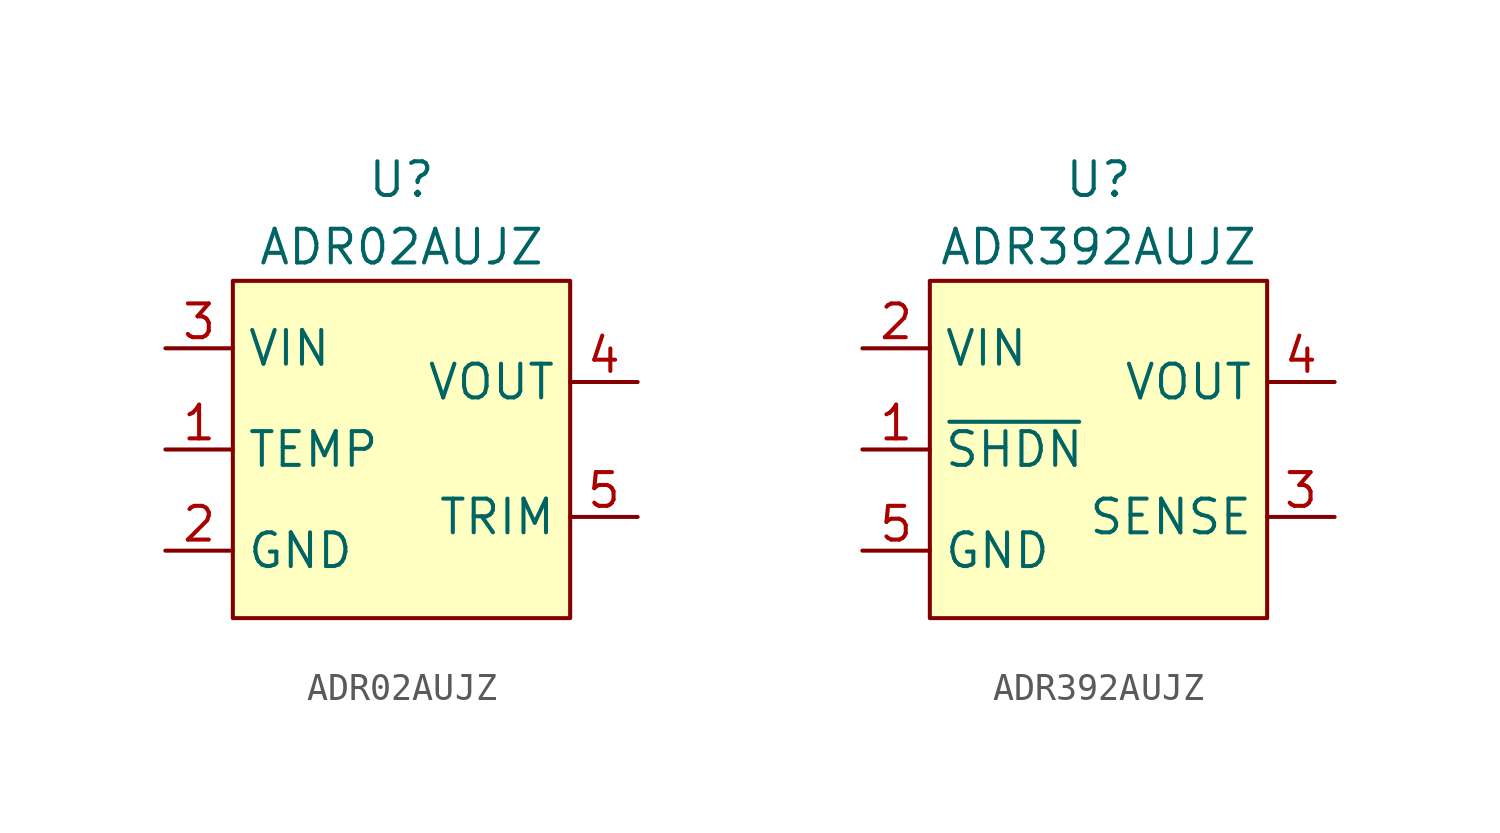
<source format=kicad_sym>
(kicad_symbol_lib
  (version 20220914)
  (generator kicad_symbol_editor)
  (symbol "ADR02AUJZ"
    (property "Reference" "U"
      (at 0 3.81 0)
      (effects (font (size 1.27 1.27))))
    (property "Value" "ADR02AUJZ"
      (at 0 1.27 0)
      (effects (font (size 1.27 1.27))))
    (symbol "ADR02AUJZ_1_1"
      (rectangle (start -6.35 0) (end 6.35 -12.7) (stroke (width 0) (type default)) (fill (type background)))
      (pin input line (at -8.89 -6.35 0) (length 2.54) (name "TEMP" (effects (font (size 1.27 1.27)))) (number "1" (effects (font (size 1.27 1.27)))))
      (pin power_in line (at -8.89 -10.16 0) (length 2.54) (name "GND" (effects (font (size 1.27 1.27)))) (number "2" (effects (font (size 1.27 1.27)))))
      (pin power_in line (at -8.89 -2.54 0) (length 2.54) (name "VIN" (effects (font (size 1.27 1.27)))) (number "3" (effects (font (size 1.27 1.27)))))
      (pin power_out line (at 8.89 -3.81 180) (length 2.54) (name "VOUT" (effects (font (size 1.27 1.27)))) (number "4" (effects (font (size 1.27 1.27)))))
      (pin input line (at 8.89 -8.89 180) (length 2.54) (name "TRIM" (effects (font (size 1.27 1.27)))) (number "5" (effects (font (size 1.27 1.27)))))))
  (symbol "ADR392AUJZ"
    (property "Reference" "U"
      (at 0 3.81 0)
      (effects (font (size 1.27 1.27))))
    (property "Value" "ADR392AUJZ"
      (at 0 1.27 0)
      (effects (font (size 1.27 1.27))))
    (symbol "ADR392AUJZ_1_1"
      (rectangle (start -6.35 0) (end 6.35 -12.7) (stroke (width 0) (type default)) (fill (type background)))
      (pin input line (at -8.89 -6.35 0) (length 2.54) (name "~{SHDN}" (effects (font (size 1.27 1.27)))) (number "1" (effects (font (size 1.27 1.27)))))
      (pin power_in line (at -8.89 -2.54 0) (length 2.54) (name "VIN" (effects (font (size 1.27 1.27)))) (number "2" (effects (font (size 1.27 1.27)))))
      (pin input line (at 8.89 -8.89 180) (length 2.54) (name "SENSE" (effects (font (size 1.27 1.27)))) (number "3" (effects (font (size 1.27 1.27)))))
      (pin power_out line (at 8.89 -3.81 180) (length 2.54) (name "VOUT" (effects (font (size 1.27 1.27)))) (number "4" (effects (font (size 1.27 1.27)))))
      (pin power_in line (at -8.89 -10.16 0) (length 2.54) (name "GND" (effects (font (size 1.27 1.27)))) (number "5" (effects (font (size 1.27 1.27))))))))
</source>
